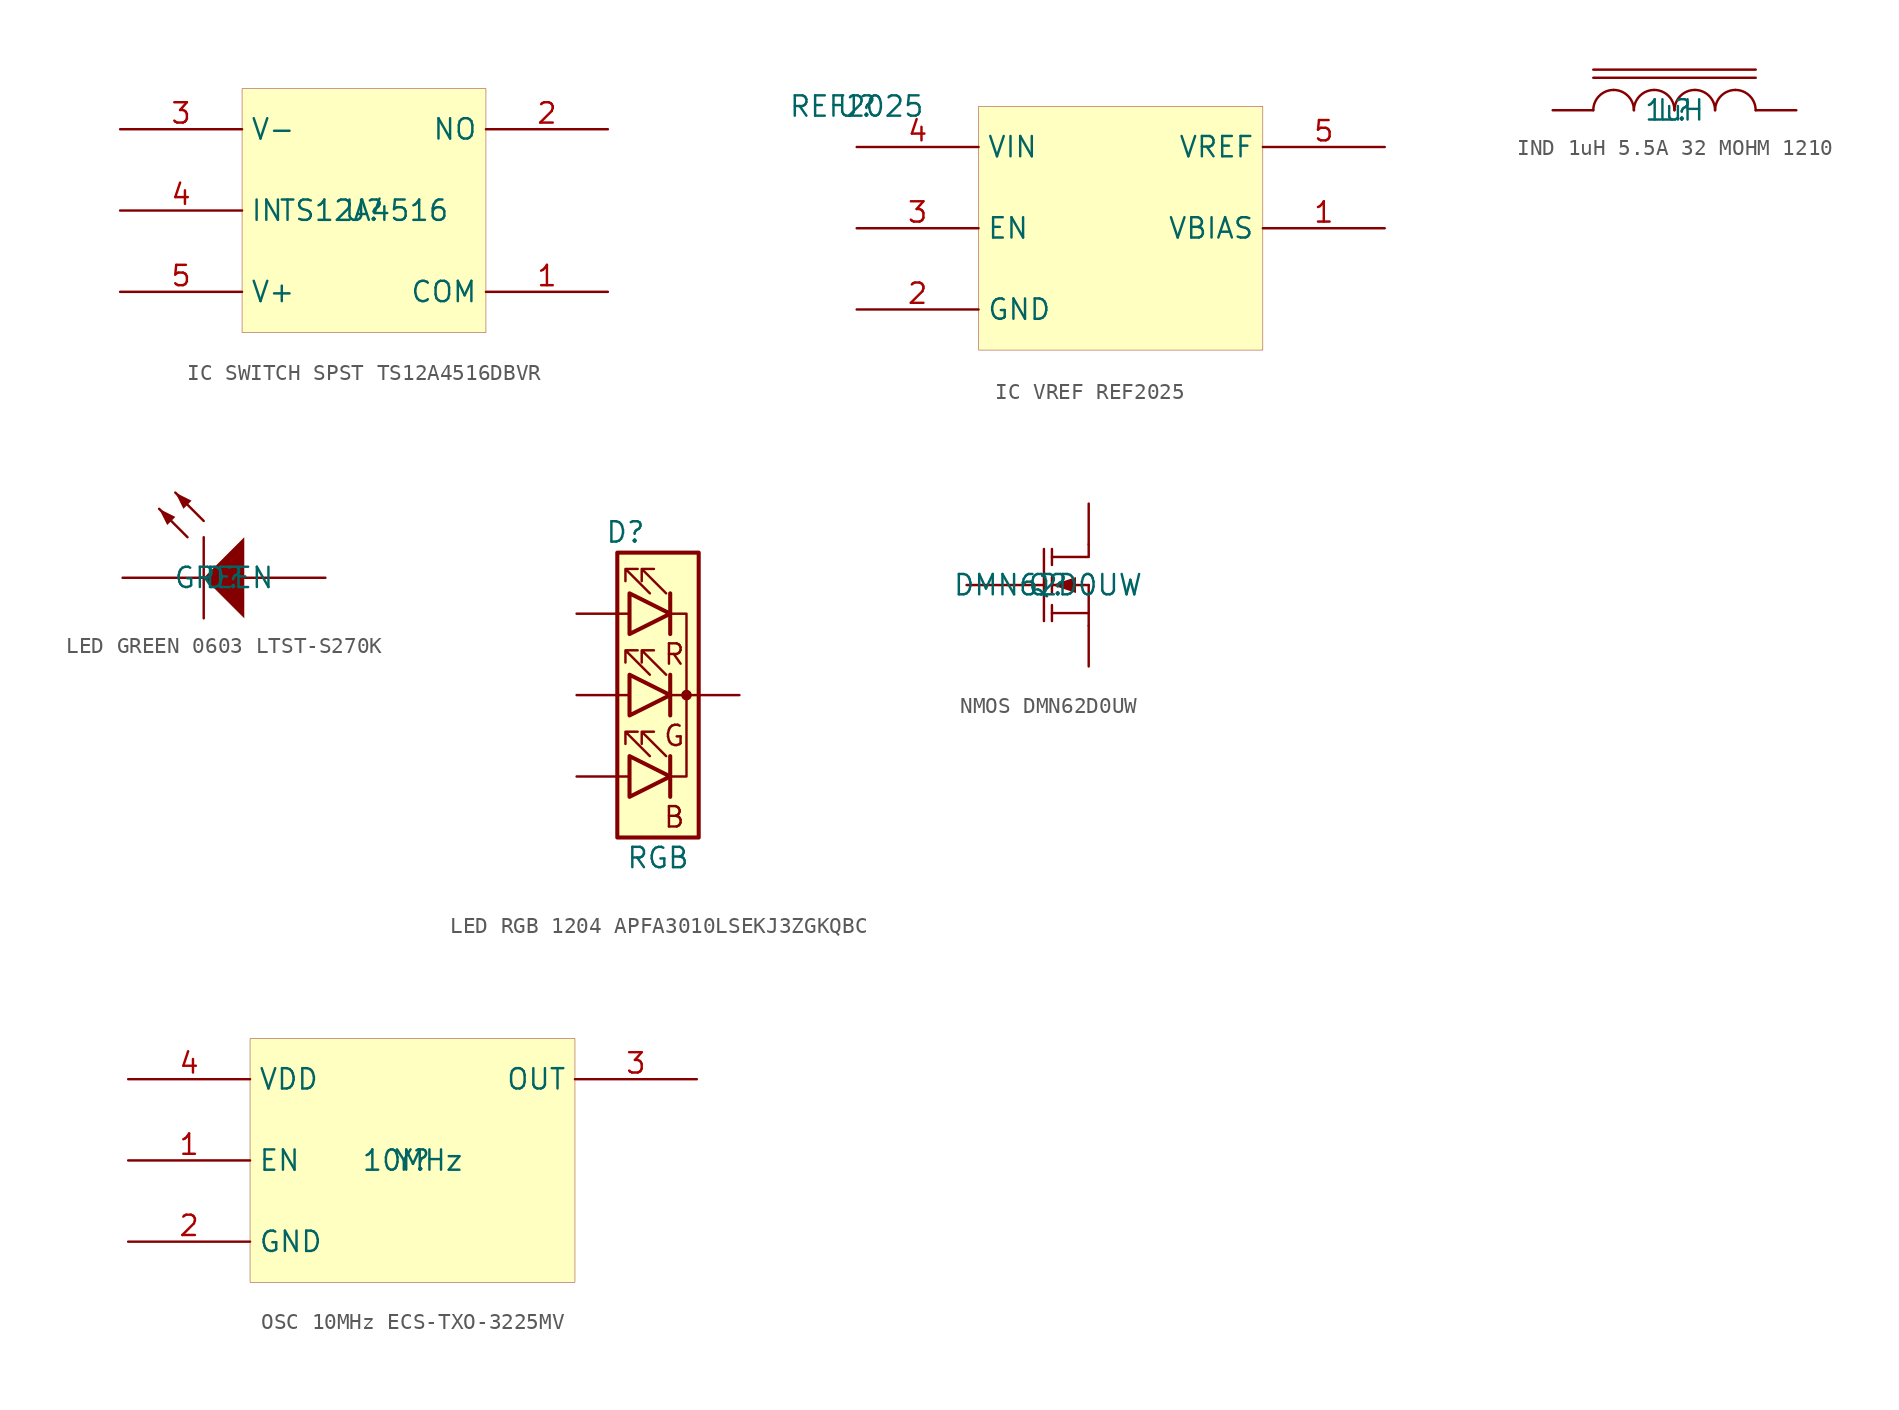
<source format=kicad_sym>
(kicad_symbol_lib
  (version 20241209)
  (generator "kicad_symbol_editor")
  (generator_version "8.99")
  (symbol "IC SWITCH SPST TS12A4516DBVR"
    (property "Reference" "U"
      (at 0 0 0)
      (effects (font (size 1.27 1.27))))
    (property "Value" "TS12A4516"
      (at 0 0 0)
      (effects (font (size 1.27 1.27))))
    (symbol "IC SWITCH SPST TS12A4516DBVR_1_0"
      (rectangle (start 7.62 7.62) (end -7.62 -7.62) (stroke (width 0.025) (type solid) (color 128 0 0 1)) (fill (type background)))
      (pin power_in line (at -15.24 5.08 0) (length 7.62) (name "V-" (effects (font (size 1.27 1.27)))) (number "3" (effects (font (size 1.27 1.27)))))
      (pin input line (at -15.24 0 0) (length 7.62) (name "IN" (effects (font (size 1.27 1.27)))) (number "4" (effects (font (size 1.27 1.27)))))
      (pin power_in line (at -15.24 -5.08 0) (length 7.62) (name "V+" (effects (font (size 1.27 1.27)))) (number "5" (effects (font (size 1.27 1.27)))))
      (pin passive line (at 15.24 5.08 180) (length 7.62) (name "NO" (effects (font (size 1.27 1.27)))) (number "2" (effects (font (size 1.27 1.27)))))
      (pin passive line (at 15.24 -5.08 180) (length 7.62) (name "COM" (effects (font (size 1.27 1.27)))) (number "1" (effects (font (size 1.27 1.27)))))))
  (symbol "IC VREF REF2025"
    (property "Reference" "U"
      (at 0 0 0)
      (effects (font (size 1.27 1.27))))
    (property "Value" "REF2025"
      (at 0 0 0)
      (effects (font (size 1.27 1.27))))
    (symbol "IC VREF REF2025_1_0"
      (rectangle (start 25.4 0) (end 7.62 -15.24) (stroke (width 0.025) (type solid) (color 128 0 0 1)) (fill (type background)))
      (pin power_in line (at 0 -2.54 0) (length 7.62) (name "VIN" (effects (font (size 1.27 1.27)))) (number "4" (effects (font (size 1.27 1.27)))))
      (pin input line (at 0 -7.62 0) (length 7.62) (name "EN" (effects (font (size 1.27 1.27)))) (number "3" (effects (font (size 1.27 1.27)))))
      (pin power_in line (at 0 -12.7 0) (length 7.62) (name "GND" (effects (font (size 1.27 1.27)))) (number "2" (effects (font (size 1.27 1.27)))))
      (pin power_out line (at 33.02 -2.54 180) (length 7.62) (name "VREF" (effects (font (size 1.27 1.27)))) (number "5" (effects (font (size 1.27 1.27)))))
      (pin power_out line (at 33.02 -7.62 180) (length 7.62) (name "VBIAS" (effects (font (size 1.27 1.27)))) (number "1" (effects (font (size 1.27 1.27)))))))
  (symbol "IND 1uH 5.5A 32 MOHM 1210"
    (pin_numbers
      (hide yes))
    (pin_names
      (hide yes))
    (property "Reference" "L"
      (at 0 0 0)
      (effects (font (size 1.27 1.27))))
    (property "Value" "1uH"
      (at 0 0 0)
      (effects (font (size 1.27 1.27))))
    (symbol "IND 1uH 5.5A 32 MOHM 1210_1_0"
      (polyline (pts (xy -5.08 2.54) (xy 5.08 2.54)) (stroke (width 0) (type solid)) (fill (type none)))
      (polyline (pts (xy -5.08 2.032) (xy 5.08 2.032)) (stroke (width 0) (type solid)) (fill (type none)))
      (arc (start -3.81 1.27) (mid -2.912 0.898) (end -2.54 0) (stroke (width 0) (type solid)) (fill (type none)))
      (arc (start -5.08 0) (mid -4.708 0.898) (end -3.81 1.27) (stroke (width 0) (type solid)) (fill (type none)))
      (arc (start -1.27 1.27) (mid -0.372 0.898) (end 0 0) (stroke (width 0) (type solid)) (fill (type none)))
      (arc (start -2.54 0) (mid -2.168 0.898) (end -1.27 1.27) (stroke (width 0) (type solid)) (fill (type none)))
      (arc (start 0 0) (mid 0.372 0.898) (end 1.27 1.27) (stroke (width 0) (type solid)) (fill (type none)))
      (arc (start 1.27 1.27) (mid 2.168 0.898) (end 2.54 0) (stroke (width 0) (type solid)) (fill (type none)))
      (arc (start 3.81 1.27) (mid 4.708 0.898) (end 5.08 0) (stroke (width 0) (type solid)) (fill (type none)))
      (arc (start 2.54 0) (mid 2.912 0.898) (end 3.81 1.27) (stroke (width 0) (type solid)) (fill (type none)))
      (pin passive line (at -7.62 0 0) (length 2.54) (name "1" (effects (font (size 1.27 1.27)))) (number "1" (effects (font (size 1.27 1.27)))))
      (pin passive line (at 7.62 0 180) (length 2.54) (name "2" (effects (font (size 1.27 1.27)))) (number "2" (effects (font (size 1.27 1.27)))))))
  (symbol "LED GREEN 0603 LTST-S270K"
    (pin_numbers
      (hide yes))
    (pin_names
      (hide yes))
    (property "Reference" "D"
      (at 0 0 0)
      (effects (font (size 1.27 1.27))))
    (property "Value" "GREEN"
      (at 0 0 0)
      (effects (font (size 1.27 1.27))))
    (symbol "LED GREEN 0603 LTST-S270K_1_0"
      (polyline (pts (xy -4.064 4.318) (xy -3.048 3.81) (xy -3.556 3.302) (xy -4.064 4.318)) (stroke (width -0.0001) (type solid)) (fill (type outline)))
      (polyline (pts (xy -3.048 5.334) (xy -2.032 4.826) (xy -2.54 4.318) (xy -3.048 5.334)) (stroke (width -0.0001) (type solid)) (fill (type outline)))
      (polyline (pts (xy -2.286 2.54) (xy -4.064 4.318)) (stroke (width 0) (type solid)) (fill (type none)))
      (polyline (pts (xy -1.27 3.556) (xy -3.048 5.334)) (stroke (width 0) (type solid)) (fill (type none)))
      (polyline (pts (xy -1.27 2.54) (xy -1.27 -2.54)) (stroke (width 0) (type solid)) (fill (type none)))
      (polyline (pts (xy 1.27 -2.54) (xy -1.27 0) (xy 1.27 2.54) (xy 1.27 -2.54)) (stroke (width -0.0001) (type solid)) (fill (type outline)))
      (pin passive line (at -6.35 0 0) (length 5.08) (name "K" (effects (font (size 1.27 1.27)))) (number "1" (effects (font (size 1.27 1.27)))))
      (pin passive line (at 6.35 0 180) (length 5.08) (name "A" (effects (font (size 1.27 1.27)))) (number "2" (effects (font (size 1.27 1.27)))))))
  (symbol "LED RGB 1204 APFA3010LSEKJ3ZGKQBC"
    (pin_numbers
      (hide yes))
    (pin_names
      (hide yes))
    (property "Reference" "D"
      (at -2.032 10.16 0)
      (effects (font (size 1.27 1.27))))
    (property "Value" "RGB"
      (at 0 -10.16 0)
      (effects (font (size 1.27 1.27))))
    (symbol "LED RGB 1204 APFA3010LSEKJ3ZGKQBC_0_0"
      (text "R" (at 1.016 2.54 0) (effects (font (size 1.27 1.27))))
      (text "G" (at 1.016 -2.54 0) (effects (font (size 1.27 1.27))))
      (text "B" (at 1.016 -7.62 0) (effects (font (size 1.27 1.27)))))
    (symbol "LED RGB 1204 APFA3010LSEKJ3ZGKQBC_0_1"
      (rectangle (start -2.54 8.89) (end 2.54 -8.89) (stroke (width 0.254) (type default)) (fill (type background)))
      (polyline (pts (xy -2.54 5.08) (xy -1.778 5.08)) (stroke (width 0) (type default)) (fill (type none)))
      (polyline (pts (xy -2.54 0) (xy -1.778 0)) (stroke (width 0) (type default)) (fill (type none)))
      (polyline (pts (xy -2.54 -5.08) (xy -1.778 -5.08)) (stroke (width 0) (type default)) (fill (type none)))
      (polyline (pts (xy -1.778 6.35) (xy -1.778 3.81) (xy 0.762 5.08) (xy -1.778 6.35)) (stroke (width 0.254) (type default)) (fill (type none)))
      (polyline (pts (xy -1.778 1.27) (xy -1.778 -1.27) (xy 0.762 0) (xy -1.778 1.27)) (stroke (width 0.254) (type default)) (fill (type none)))
      (polyline (pts (xy -1.778 -3.81) (xy -1.778 -6.35) (xy 0.762 -5.08) (xy -1.778 -3.81)) (stroke (width 0.254) (type default)) (fill (type none)))
      (polyline (pts (xy -0.508 6.35) (xy -2.032 7.874) (xy -1.27 7.874) (xy -2.032 7.874) (xy -2.032 7.112)) (stroke (width 0) (type default)) (fill (type none)))
      (polyline (pts (xy -0.508 1.27) (xy -2.032 2.794) (xy -1.27 2.794) (xy -2.032 2.794) (xy -2.032 2.032)) (stroke (width 0) (type default)) (fill (type none)))
      (polyline (pts (xy -0.508 -3.81) (xy -2.032 -2.286) (xy -1.27 -2.286) (xy -2.032 -2.286) (xy -2.032 -3.048)) (stroke (width 0) (type default)) (fill (type none)))
      (polyline (pts (xy 0.508 6.35) (xy -1.016 7.874) (xy -0.254 7.874) (xy -1.016 7.874) (xy -1.016 7.112)) (stroke (width 0) (type default)) (fill (type none)))
      (polyline (pts (xy 0.508 1.27) (xy -1.016 2.794) (xy -0.254 2.794) (xy -1.016 2.794) (xy -1.016 2.032)) (stroke (width 0) (type default)) (fill (type none)))
      (polyline (pts (xy 0.508 -3.81) (xy -1.016 -2.286) (xy -0.254 -2.286) (xy -1.016 -2.286) (xy -1.016 -3.048)) (stroke (width 0) (type default)) (fill (type none)))
      (polyline (pts (xy 0.762 6.35) (xy 0.762 3.81)) (stroke (width 0.254) (type default)) (fill (type none)))
      (polyline (pts (xy 0.762 1.27) (xy 0.762 -1.27)) (stroke (width 0.254) (type default)) (fill (type none)))
      (polyline (pts (xy 0.762 0) (xy 2.54 0)) (stroke (width 0) (type default)) (fill (type none)))
      (polyline (pts (xy 0.762 -3.81) (xy 0.762 -6.35)) (stroke (width 0.254) (type default)) (fill (type none)))
      (polyline (pts (xy 0.762 -5.08) (xy 1.778 -5.08) (xy 1.778 5.08) (xy 0.762 5.08)) (stroke (width 0) (type default)) (fill (type none)))
      (circle (center 1.778 0) (radius 0.254) (stroke (width 0) (type default)) (fill (type outline))))
    (symbol "LED RGB 1204 APFA3010LSEKJ3ZGKQBC_1_1"
      (pin input line (at -5.08 5.08 0) (length 2.54) (name "R" (effects (font (size 1.27 1.27)))) (number "1" (effects (font (size 1.27 1.27)))))
      (pin input line (at -5.08 0 0) (length 2.54) (name "G" (effects (font (size 1.27 1.27)))) (number "3" (effects (font (size 1.27 1.27)))))
      (pin input line (at -5.08 -5.08 0) (length 2.54) (name "B" (effects (font (size 1.27 1.27)))) (number "4" (effects (font (size 1.27 1.27)))))
      (pin power_in line (at 5.08 0 180) (length 2.54) (name "A" (effects (font (size 1.27 1.27)))) (number "2" (effects (font (size 1.27 1.27)))))))
  (symbol "NMOS DMN62D0UW"
    (pin_numbers
      (hide yes))
    (pin_names
      (hide yes))
    (property "Reference" "Q"
      (at 0 0 0)
      (effects (font (size 1.27 1.27))))
    (property "Value" "DMN62D0UW"
      (at 0 0 0)
      (effects (font (size 1.27 1.27))))
    (symbol "NMOS DMN62D0UW_1_0"
      (polyline (pts (xy -2.54 0) (xy -0.254 0)) (stroke (width 0) (type solid)) (fill (type none)))
      (polyline (pts (xy -0.254 2.25) (xy -0.254 -2.25)) (stroke (width 0) (type solid)) (fill (type none)))
      (polyline (pts (xy 0.246 2.25) (xy 0.246 1.25)) (stroke (width 0) (type solid)) (fill (type none)))
      (polyline (pts (xy 0.246 0) (xy 1.746 -0.5) (xy 1.746 0.5) (xy 0.246 0)) (stroke (width -0.0001) (type solid)) (fill (type outline)))
      (polyline (pts (xy 0.246 -0.5) (xy 0.246 0.5)) (stroke (width 0) (type solid)) (fill (type none)))
      (polyline (pts (xy 0.246 -2.25) (xy 0.246 -1.25)) (stroke (width 0) (type solid)) (fill (type none)))
      (polyline (pts (xy 2.54 1.783) (xy 2.54 2.54)) (stroke (width 0) (type solid)) (fill (type none)))
      (polyline (pts (xy 2.54 1.75) (xy 0.246 1.75)) (stroke (width 0) (type solid)) (fill (type none)))
      (polyline (pts (xy 2.54 0) (xy 2.54 -2.54)) (stroke (width 0) (type solid)) (fill (type none)))
      (polyline (pts (xy 2.54 0) (xy 0.246 0)) (stroke (width 0) (type solid)) (fill (type none)))
      (polyline (pts (xy 2.54 -1.75) (xy 0.246 -1.75)) (stroke (width 0) (type solid)) (fill (type none)))
      (pin passive line (at -5.08 0 0) (length 2.54) (name "G" (effects (font (size 1.27 1.27)))) (number "2" (effects (font (size 1.27 1.27)))))
      (pin passive line (at 2.54 5.08 270) (length 2.54) (name "D" (effects (font (size 1.27 1.27)))) (number "1" (effects (font (size 1.27 1.27)))))
      (pin passive line (at 2.54 -5.08 90) (length 2.54) (name "S" (effects (font (size 1.27 1.27)))) (number "3" (effects (font (size 1.27 1.27)))))))
  (symbol "OSC 10MHz ECS-TXO-3225MV"
    (property "Reference" "Y"
      (at 0 0 0)
      (effects (font (size 1.27 1.27))))
    (property "Value" "10MHz"
      (at 0 0 0)
      (effects (font (size 1.27 1.27))))
    (symbol "OSC 10MHz ECS-TXO-3225MV_1_0"
      (rectangle (start 10.16 7.62) (end -10.16 -7.62) (stroke (width 0.025) (type solid) (color 128 0 0 1)) (fill (type background)))
      (pin power_in line (at -17.78 5.08 0) (length 7.62) (name "VDD" (effects (font (size 1.27 1.27)))) (number "4" (effects (font (size 1.27 1.27)))))
      (pin passive line (at -17.78 0 0) (length 7.62) (name "EN" (effects (font (size 1.27 1.27)))) (number "1" (effects (font (size 1.27 1.27)))))
      (pin power_in line (at -17.78 -5.08 0) (length 7.62) (name "GND" (effects (font (size 1.27 1.27)))) (number "2" (effects (font (size 1.27 1.27)))))
      (pin passive line (at 17.78 5.08 180) (length 7.62) (name "OUT" (effects (font (size 1.27 1.27)))) (number "3" (effects (font (size 1.27 1.27))))))))
</source>
